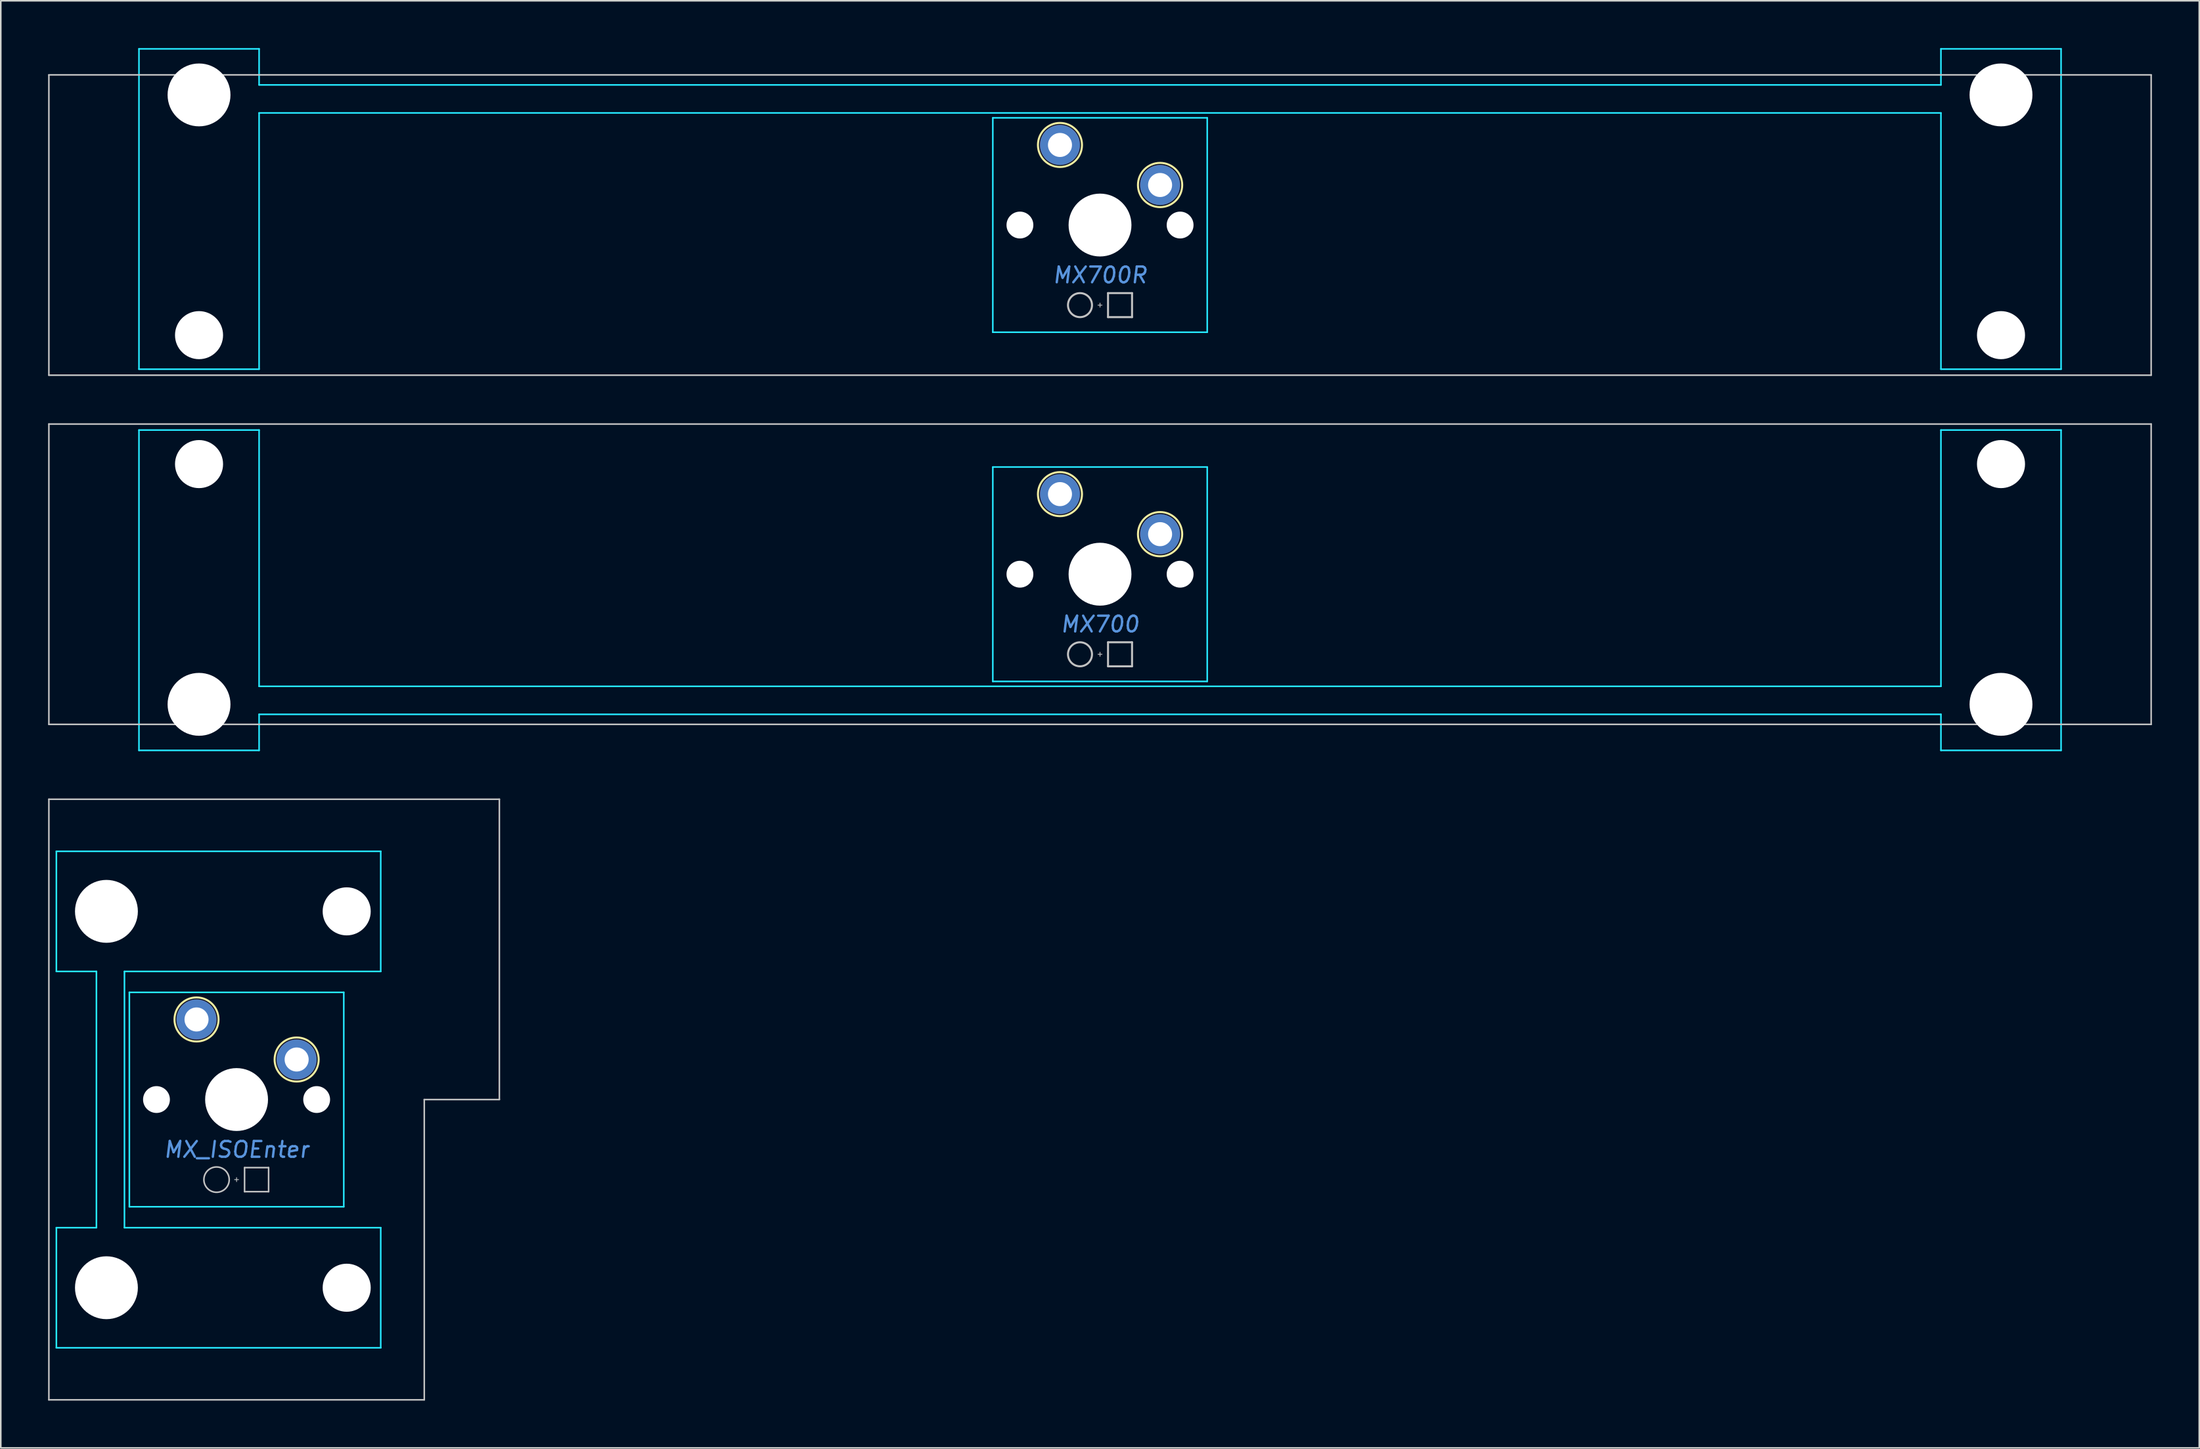
<source format=kicad_pcb>
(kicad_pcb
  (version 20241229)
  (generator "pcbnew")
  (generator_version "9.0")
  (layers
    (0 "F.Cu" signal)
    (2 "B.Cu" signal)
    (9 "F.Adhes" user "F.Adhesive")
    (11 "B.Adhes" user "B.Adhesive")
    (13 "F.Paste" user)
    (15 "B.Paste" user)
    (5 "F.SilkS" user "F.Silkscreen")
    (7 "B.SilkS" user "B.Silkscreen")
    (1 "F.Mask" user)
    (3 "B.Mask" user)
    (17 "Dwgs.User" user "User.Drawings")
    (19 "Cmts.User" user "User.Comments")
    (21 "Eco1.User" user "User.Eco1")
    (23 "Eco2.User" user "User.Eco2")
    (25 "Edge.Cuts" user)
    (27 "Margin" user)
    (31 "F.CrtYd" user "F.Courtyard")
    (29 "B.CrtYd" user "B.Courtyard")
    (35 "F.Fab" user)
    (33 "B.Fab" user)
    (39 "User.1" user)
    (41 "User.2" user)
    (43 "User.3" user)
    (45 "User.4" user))
  (footprint "MX_ISOEnter"
    (layer "F.Cu")
    (at 11.956 66.702)
    (property "Reference" "MX_ISOEnter" (at 0 3.175 0) (layer "Cmts.User") (effects (font (size 1 1) (thickness 0.15) (italic yes))))
    (attr through_hole)
    (fp_circle (center -2.54 -5.08) (end -1.143 -5.08) (stroke (width 0.127) (type solid)) (fill no) (layer "F.SilkS"))
    (fp_circle (center 3.81 -2.54) (end 5.207 -2.54) (stroke (width 0.127) (type solid)) (fill no) (layer "F.SilkS"))
    (fp_line (start -11.906 19.05) (end -11.906 -19.05) (stroke (width 0.1) (type solid)) (layer "Dwgs.User"))
    (fp_line (start -0.127 5.08) (end 0.127 5.08) (stroke (width 0.05) (type solid)) (layer "Dwgs.User"))
    (fp_line (start 0 5.207) (end 0 4.953) (stroke (width 0.05) (type solid)) (layer "Dwgs.User"))
    (fp_line (start 0.508 4.318) (end 0.508 5.842) (stroke (width 0.1) (type solid)) (layer "Dwgs.User"))
    (fp_line (start 0.508 4.318) (end 2.032 4.318) (stroke (width 0.1) (type solid)) (layer "Dwgs.User"))
    (fp_line (start 0.508 5.842) (end 2.032 5.842) (stroke (width 0.1) (type solid)) (layer "Dwgs.User"))
    (fp_line (start 2.032 5.842) (end 2.032 4.318) (stroke (width 0.1) (type solid)) (layer "Dwgs.User"))
    (fp_line (start 11.906 19.05) (end -11.906 19.05) (stroke (width 0.1) (type solid)) (layer "Dwgs.User"))
    (fp_line (start 11.906 19.05) (end 11.906 0) (stroke (width 0.1) (type solid)) (layer "Dwgs.User"))
    (fp_line (start 16.669 -19.05) (end -11.906 -19.05) (stroke (width 0.1) (type solid)) (layer "Dwgs.User"))
    (fp_line (start 16.669 0) (end 11.906 0) (stroke (width 0.1) (type solid)) (layer "Dwgs.User"))
    (fp_line (start 16.669 0) (end 16.669 -19.05) (stroke (width 0.1) (type solid)) (layer "Dwgs.User"))
    (fp_circle (center -1.27 5.08) (end -0.467 5.08) (stroke (width 0.1) (type solid)) (fill no) (layer "Dwgs.User"))
    (fp_line (start -11.43 -15.748) (end 9.144 -15.748) (stroke (width 0.1) (type solid)) (layer "B.CrtYd"))
    (fp_line (start -11.43 -8.128) (end -11.43 -15.748) (stroke (width 0.1) (type solid)) (layer "B.CrtYd"))
    (fp_line (start -11.43 -8.128) (end -8.89 -8.128) (stroke (width 0.1) (type solid)) (layer "B.CrtYd"))
    (fp_line (start -11.43 8.128) (end -8.89 8.128) (stroke (width 0.1) (type solid)) (layer "B.CrtYd"))
    (fp_line (start -11.43 15.748) (end -11.43 8.128) (stroke (width 0.1) (type solid)) (layer "B.CrtYd"))
    (fp_line (start -8.89 -8.128) (end -8.89 8.128) (stroke (width 0.1) (type solid)) (layer "B.CrtYd"))
    (fp_line (start -7.112 -8.128) (end -7.112 8.128) (stroke (width 0.1) (type solid)) (layer "B.CrtYd"))
    (fp_line (start -6.8 6.8) (end -6.8 -6.8) (stroke (width 0.1) (type solid)) (layer "B.CrtYd"))
    (fp_line (start 6.8 -6.8) (end -6.8 -6.8) (stroke (width 0.1) (type solid)) (layer "B.CrtYd"))
    (fp_line (start 6.8 6.8) (end -6.8 6.8) (stroke (width 0.1) (type solid)) (layer "B.CrtYd"))
    (fp_line (start 6.8 6.8) (end 6.8 -6.8) (stroke (width 0.1) (type solid)) (layer "B.CrtYd"))
    (fp_line (start 9.144 -15.748) (end 9.144 -8.128) (stroke (width 0.1) (type solid)) (layer "B.CrtYd"))
    (fp_line (start 9.144 -8.128) (end -7.112 -8.128) (stroke (width 0.1) (type solid)) (layer "B.CrtYd"))
    (fp_line (start 9.144 8.128) (end -7.112 8.128) (stroke (width 0.1) (type solid)) (layer "B.CrtYd"))
    (fp_line (start 9.144 8.128) (end 9.144 15.748) (stroke (width 0.1) (type solid)) (layer "B.CrtYd"))
    (fp_line (start 9.144 15.748) (end -11.43 15.748) (stroke (width 0.1) (type solid)) (layer "B.CrtYd"))
    (pad "" np_thru_hole circle (at -8.255 -11.938 270) (size 3.988 3.988) (drill 3.988) (layers "*.Cu" "*.Mask"))
    (pad "" np_thru_hole circle (at -8.255 11.938 270) (size 3.988 3.988) (drill 3.988) (layers "*.Cu" "*.Mask"))
    (pad "" np_thru_hole circle (at -5.08 0) (size 1.702 1.702) (drill 1.702) (layers "*.Cu" "*.Mask"))
    (pad "" np_thru_hole circle (at 0 0) (size 3.988 3.988) (drill 3.988) (layers "*.Cu" "*.Mask"))
    (pad "" np_thru_hole circle (at 5.08 0) (size 1.702 1.702) (drill 1.702) (layers "*.Cu" "*.Mask"))
    (pad "" np_thru_hole circle (at 6.985 -11.938 270) (size 3.048 3.048) (drill 3.048) (layers "*.Cu" "*.Mask"))
    (pad "" np_thru_hole circle (at 6.985 11.938 270) (size 3.048 3.048) (drill 3.048) (layers "*.Cu" "*.Mask"))
    (pad "1" thru_hole circle (at -2.54 -5.08) (size 2.54 2.54) (drill 1.524) (layers "*.Cu" "*.Mask"))
    (pad "2" thru_hole circle (at 3.81 -2.54) (size 2.54 2.54) (drill 1.524) (layers "*.Cu" "*.Mask")))
  (footprint "MX700"
    (layer "F.Cu")
    (at 66.725 33.376)
    (property "Reference" "MX700" (at 0 3.175 0) (layer "Cmts.User") (effects (font (size 1 1) (thickness 0.15) (italic yes))))
    (attr through_hole)
    (fp_circle (center -2.54 -5.08) (end -1.143 -5.08) (stroke (width 0.127) (type solid)) (fill no) (layer "F.SilkS"))
    (fp_circle (center 3.81 -2.54) (end 5.213 -2.54) (stroke (width 0.127) (type solid)) (fill no) (layer "F.SilkS"))
    (fp_line (start -66.675 -9.525) (end -66.675 9.525) (stroke (width 0.1) (type solid)) (layer "Dwgs.User"))
    (fp_line (start -66.675 -9.525) (end 66.675 -9.525) (stroke (width 0.1) (type solid)) (layer "Dwgs.User"))
    (fp_line (start -66.675 9.525) (end 66.675 9.525) (stroke (width 0.1) (type solid)) (layer "Dwgs.User"))
    (fp_line (start -0.127 5.08) (end 0.127 5.08) (stroke (width 0.051) (type solid)) (layer "Dwgs.User"))
    (fp_line (start 0 4.953) (end 0 5.207) (stroke (width 0.051) (type solid)) (layer "Dwgs.User"))
    (fp_line (start 0.508 4.318) (end 0.508 5.842) (stroke (width 0.127) (type solid)) (layer "Dwgs.User"))
    (fp_line (start 0.508 4.318) (end 2.032 4.318) (stroke (width 0.127) (type solid)) (layer "Dwgs.User"))
    (fp_line (start 0.508 5.842) (end 2.032 5.842) (stroke (width 0.127) (type solid)) (layer "Dwgs.User"))
    (fp_line (start 2.032 5.842) (end 2.032 4.318) (stroke (width 0.127) (type solid)) (layer "Dwgs.User"))
    (fp_line (start 66.675 -9.525) (end 66.675 9.525) (stroke (width 0.1) (type solid)) (layer "Dwgs.User"))
    (fp_circle (center -1.27 5.08) (end -0.508 5.08) (stroke (width 0.127) (type solid)) (fill no) (layer "Dwgs.User"))
    (fp_line (start -60.96 -9.144) (end -60.96 11.176) (stroke (width 0.1) (type solid)) (layer "B.CrtYd"))
    (fp_line (start -60.96 -9.144) (end -53.34 -9.144) (stroke (width 0.1) (type solid)) (layer "B.CrtYd"))
    (fp_line (start -60.96 11.176) (end -53.34 11.176) (stroke (width 0.1) (type solid)) (layer "B.CrtYd"))
    (fp_line (start -53.34 7.112) (end -53.34 -9.144) (stroke (width 0.1) (type solid)) (layer "B.CrtYd"))
    (fp_line (start -53.34 7.112) (end 53.34 7.112) (stroke (width 0.1) (type solid)) (layer "B.CrtYd"))
    (fp_line (start -53.34 8.89) (end -53.34 11.176) (stroke (width 0.1) (type solid)) (layer "B.CrtYd"))
    (fp_line (start -53.34 8.89) (end 53.34 8.89) (stroke (width 0.1) (type solid)) (layer "B.CrtYd"))
    (fp_line (start -6.8 -6.8) (end -6.8 6.8) (stroke (width 0.1) (type solid)) (layer "B.CrtYd"))
    (fp_line (start -6.8 -6.8) (end 6.8 -6.8) (stroke (width 0.1) (type solid)) (layer "B.CrtYd"))
    (fp_line (start -6.8 6.8) (end 6.8 6.8) (stroke (width 0.1) (type solid)) (layer "B.CrtYd"))
    (fp_line (start 6.8 6.8) (end 6.8 -6.8) (stroke (width 0.1) (type solid)) (layer "B.CrtYd"))
    (fp_line (start 53.34 -9.144) (end 60.96 -9.144) (stroke (width 0.1) (type solid)) (layer "B.CrtYd"))
    (fp_line (start 53.34 7.112) (end 53.34 -9.144) (stroke (width 0.1) (type solid)) (layer "B.CrtYd"))
    (fp_line (start 53.34 8.89) (end 53.34 11.176) (stroke (width 0.1) (type solid)) (layer "B.CrtYd"))
    (fp_line (start 53.34 11.176) (end 60.96 11.176) (stroke (width 0.1) (type solid)) (layer "B.CrtYd"))
    (fp_line (start 60.96 -9.144) (end 60.96 11.176) (stroke (width 0.1) (type solid)) (layer "B.CrtYd"))
    (pad "" np_thru_hole circle (at -57.15 -6.985 180) (size 3.048 3.048) (drill 3.048) (layers "*.Cu" "*.Mask"))
    (pad "" np_thru_hole circle (at -57.15 8.255 180) (size 3.988 3.988) (drill 3.988) (layers "*.Cu" "*.Mask"))
    (pad "" np_thru_hole circle (at -5.08 0) (size 1.702 1.702) (drill 1.702) (layers "*.Cu" "*.Mask"))
    (pad "" np_thru_hole circle (at 0 0) (size 3.988 3.988) (drill 3.988) (layers "*.Cu" "*.Mask"))
    (pad "" np_thru_hole circle (at 5.08 0) (size 1.702 1.702) (drill 1.702) (layers "*.Cu" "*.Mask"))
    (pad "" np_thru_hole circle (at 57.15 -6.985 180) (size 3.048 3.048) (drill 3.048) (layers "*.Cu" "*.Mask"))
    (pad "" np_thru_hole circle (at 57.15 8.255 180) (size 3.988 3.988) (drill 3.988) (layers "*.Cu" "*.Mask"))
    (pad "1" thru_hole circle (at -2.54 -5.08) (size 2.54 2.54) (drill 1.524) (layers "*.Cu" "*.Mask"))
    (pad "2" thru_hole circle (at 3.81 -2.54) (size 2.54 2.54) (drill 1.524) (layers "*.Cu" "*.Mask")))
  (footprint "MX700R"
    (layer "F.Cu")
    (at 66.725 11.226)
    (property "Reference" "MX700R" (at 0 3.175 0) (layer "Cmts.User") (effects (font (size 1 1) (thickness 0.15) (italic yes))))
    (attr through_hole)
    (fp_circle (center -2.54 -5.08) (end -1.143 -5.08) (stroke (width 0.127) (type solid)) (fill no) (layer "F.SilkS"))
    (fp_circle (center 3.81 -2.54) (end 5.213 -2.54) (stroke (width 0.127) (type solid)) (fill no) (layer "F.SilkS"))
    (fp_line (start -66.675 -9.525) (end -66.675 9.525) (stroke (width 0.1) (type solid)) (layer "Dwgs.User"))
    (fp_line (start -66.675 -9.525) (end 66.675 -9.525) (stroke (width 0.1) (type solid)) (layer "Dwgs.User"))
    (fp_line (start -66.675 9.525) (end 66.675 9.525) (stroke (width 0.1) (type solid)) (layer "Dwgs.User"))
    (fp_line (start -0.127 5.08) (end 0.127 5.08) (stroke (width 0.051) (type solid)) (layer "Dwgs.User"))
    (fp_line (start 0 4.953) (end 0 5.207) (stroke (width 0.051) (type solid)) (layer "Dwgs.User"))
    (fp_line (start 0.508 4.318) (end 0.508 5.842) (stroke (width 0.127) (type solid)) (layer "Dwgs.User"))
    (fp_line (start 0.508 4.318) (end 2.032 4.318) (stroke (width 0.127) (type solid)) (layer "Dwgs.User"))
    (fp_line (start 0.508 5.842) (end 2.032 5.842) (stroke (width 0.127) (type solid)) (layer "Dwgs.User"))
    (fp_line (start 2.032 5.842) (end 2.032 4.318) (stroke (width 0.127) (type solid)) (layer "Dwgs.User"))
    (fp_line (start 66.675 -9.525) (end 66.675 9.525) (stroke (width 0.1) (type solid)) (layer "Dwgs.User"))
    (fp_circle (center -1.27 5.08) (end -0.508 5.08) (stroke (width 0.127) (type solid)) (fill no) (layer "Dwgs.User"))
    (fp_line (start -60.96 9.144) (end -60.96 -11.176) (stroke (width 0.1) (type solid)) (layer "B.CrtYd"))
    (fp_line (start -53.34 -11.176) (end -60.96 -11.176) (stroke (width 0.1) (type solid)) (layer "B.CrtYd"))
    (fp_line (start -53.34 -8.89) (end -53.34 -11.176) (stroke (width 0.1) (type solid)) (layer "B.CrtYd"))
    (fp_line (start -53.34 -7.112) (end -53.34 9.144) (stroke (width 0.1) (type solid)) (layer "B.CrtYd"))
    (fp_line (start -53.34 9.144) (end -60.96 9.144) (stroke (width 0.1) (type solid)) (layer "B.CrtYd"))
    (fp_line (start -6.8 -6.8) (end -6.8 6.8) (stroke (width 0.1) (type solid)) (layer "B.CrtYd"))
    (fp_line (start -6.8 -6.8) (end 6.8 -6.8) (stroke (width 0.1) (type solid)) (layer "B.CrtYd"))
    (fp_line (start -6.8 6.8) (end 6.8 6.8) (stroke (width 0.1) (type solid)) (layer "B.CrtYd"))
    (fp_line (start 6.8 6.8) (end 6.8 -6.8) (stroke (width 0.1) (type solid)) (layer "B.CrtYd"))
    (fp_line (start 53.34 -8.89) (end -53.34 -8.89) (stroke (width 0.1) (type solid)) (layer "B.CrtYd"))
    (fp_line (start 53.34 -8.89) (end 53.34 -11.176) (stroke (width 0.1) (type solid)) (layer "B.CrtYd"))
    (fp_line (start 53.34 -7.112) (end -53.34 -7.112) (stroke (width 0.1) (type solid)) (layer "B.CrtYd"))
    (fp_line (start 53.34 -7.112) (end 53.34 9.144) (stroke (width 0.1) (type solid)) (layer "B.CrtYd"))
    (fp_line (start 60.96 -11.176) (end 53.34 -11.176) (stroke (width 0.1) (type solid)) (layer "B.CrtYd"))
    (fp_line (start 60.96 9.144) (end 53.34 9.144) (stroke (width 0.1) (type solid)) (layer "B.CrtYd"))
    (fp_line (start 60.96 9.144) (end 60.96 -11.176) (stroke (width 0.1) (type solid)) (layer "B.CrtYd"))
    (pad "" np_thru_hole circle (at -57.15 -8.255) (size 3.988 3.988) (drill 3.988) (layers "*.Cu" "*.Mask"))
    (pad "" np_thru_hole circle (at -57.15 6.985) (size 3.048 3.048) (drill 3.048) (layers "*.Cu" "*.Mask"))
    (pad "" np_thru_hole circle (at -5.08 0) (size 1.702 1.702) (drill 1.702) (layers "*.Cu" "*.Mask"))
    (pad "" np_thru_hole circle (at 0 0) (size 3.988 3.988) (drill 3.988) (layers "*.Cu" "*.Mask"))
    (pad "" np_thru_hole circle (at 5.08 0) (size 1.702 1.702) (drill 1.702) (layers "*.Cu" "*.Mask"))
    (pad "" np_thru_hole circle (at 57.15 -8.255) (size 3.988 3.988) (drill 3.988) (layers "*.Cu" "*.Mask"))
    (pad "" np_thru_hole circle (at 57.15 6.985) (size 3.048 3.048) (drill 3.048) (layers "*.Cu" "*.Mask"))
    (pad "1" thru_hole circle (at -2.54 -5.08) (size 2.54 2.54) (drill 1.524) (layers "*.Cu" "*.Mask"))
    (pad "2" thru_hole circle (at 3.81 -2.54) (size 2.54 2.54) (drill 1.524) (layers "*.Cu" "*.Mask")))
  (gr_rect
    (start -3 -3)
    (end 136.45 88.802)
    (stroke (width 0.1) (type default))
    (fill no)
    (layer "Edge.Cuts")))
</source>
